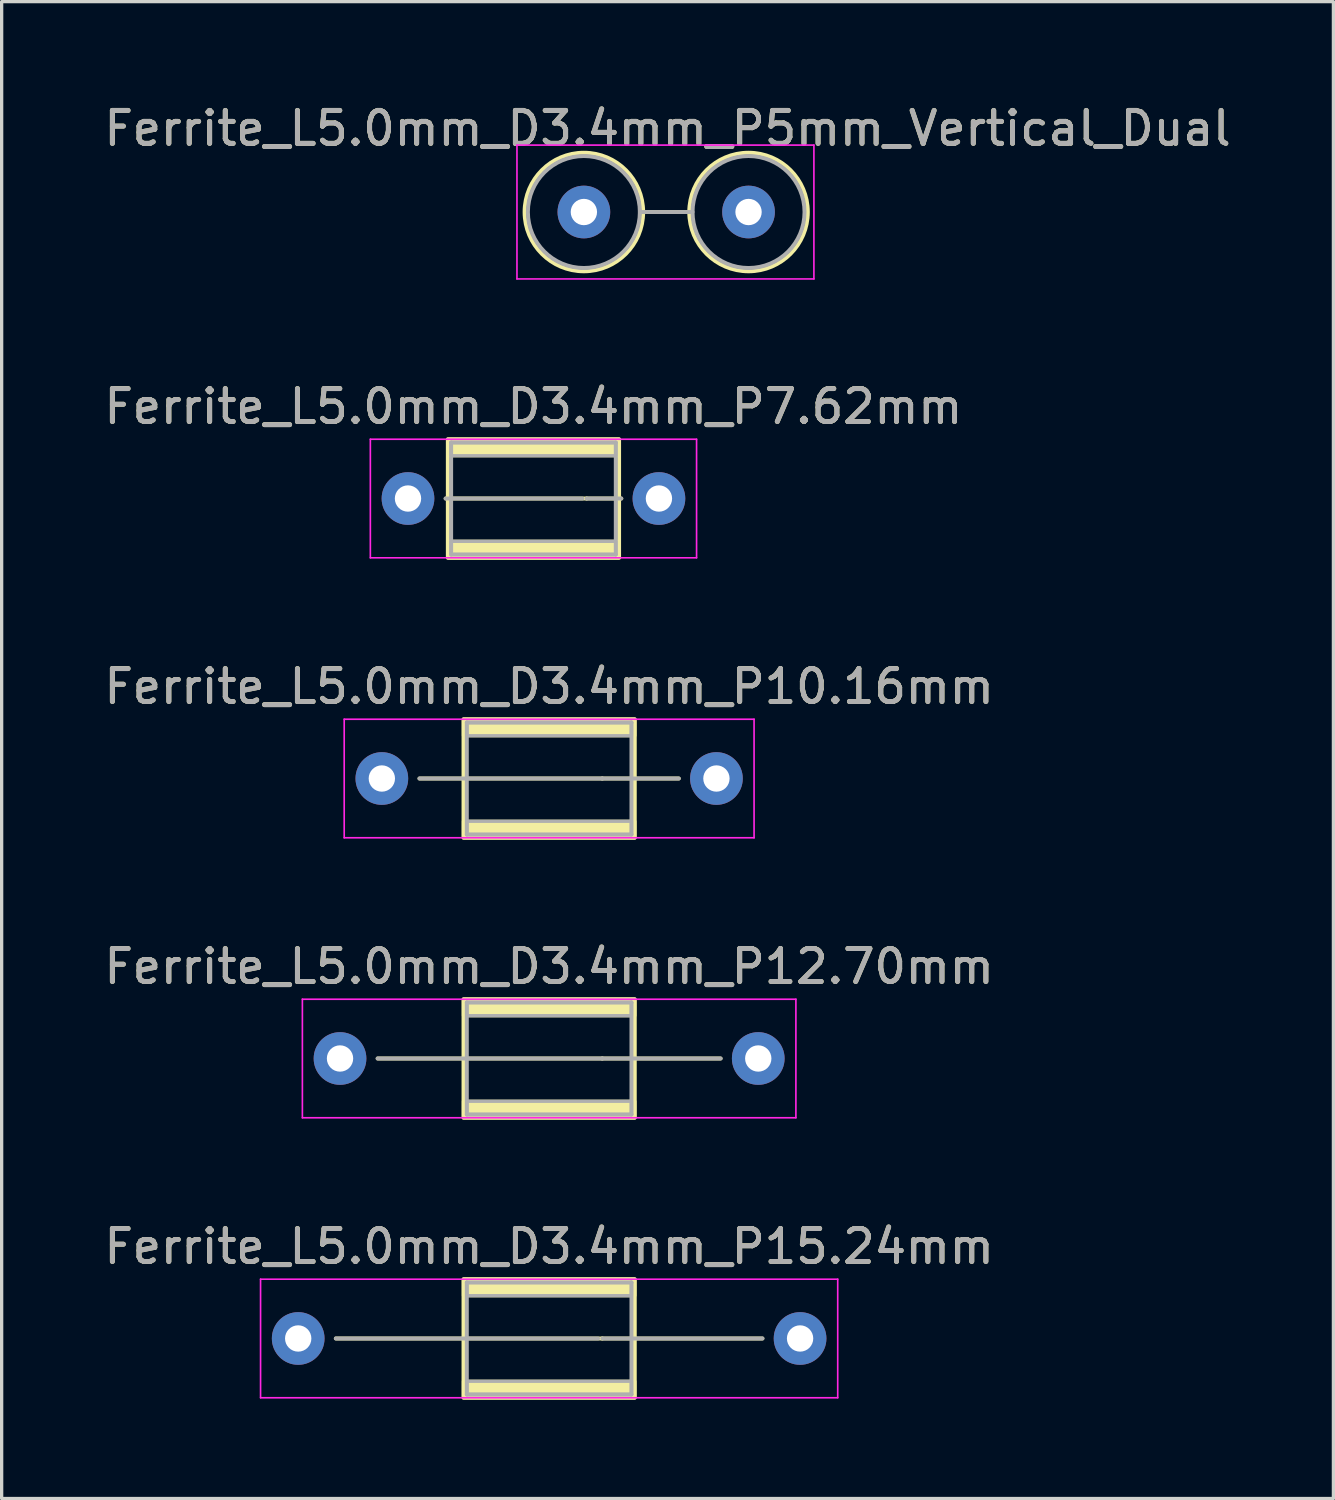
<source format=kicad_pcb>
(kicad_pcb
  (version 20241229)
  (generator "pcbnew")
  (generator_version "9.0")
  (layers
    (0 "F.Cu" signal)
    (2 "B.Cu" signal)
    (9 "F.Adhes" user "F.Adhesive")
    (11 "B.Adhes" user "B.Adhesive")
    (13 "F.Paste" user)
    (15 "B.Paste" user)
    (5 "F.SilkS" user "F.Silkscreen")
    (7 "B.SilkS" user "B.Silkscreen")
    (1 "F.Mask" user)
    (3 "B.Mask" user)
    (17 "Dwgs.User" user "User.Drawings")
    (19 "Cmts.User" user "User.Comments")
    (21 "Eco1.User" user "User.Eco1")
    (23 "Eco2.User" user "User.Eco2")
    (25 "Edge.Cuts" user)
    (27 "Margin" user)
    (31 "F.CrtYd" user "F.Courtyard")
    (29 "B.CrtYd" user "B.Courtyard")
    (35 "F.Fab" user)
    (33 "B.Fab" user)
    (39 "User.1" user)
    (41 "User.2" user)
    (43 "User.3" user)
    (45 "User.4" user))
  (footprint "Ferrite_L5.0mm_D3.4mm_P5mm_Vertical_Dual"
    (layer "F.Cu")
    (at 14.68 3.388)
    (property "Reference" "Ferrite_L5.0mm_D3.4mm_P5mm_Vertical_Dual" (at 2.54 -2.54 0) (layer "F.SilkS") (effects (font (size 1 1) (thickness 0.15))))
    (fp_line (start 1.8 0) (end 3.2 0) (stroke (width 0.12) (type solid)) (layer "F.SilkS"))
    (fp_circle (center 0 0) (end 1.8 0) (stroke (width 0.12) (type solid)) (fill no) (layer "F.SilkS"))
    (fp_circle (center 5 0) (end 6.8 0) (stroke (width 0.12) (type solid)) (fill no) (layer "F.SilkS"))
    (fp_line (start -2.032 -2.032) (end 6.985 -2.032) (stroke (width 0.05) (type solid)) (layer "F.CrtYd"))
    (fp_line (start -2.032 2.032) (end -2.032 -2.032) (stroke (width 0.05) (type solid)) (layer "F.CrtYd"))
    (fp_line (start 6.985 -2.032) (end 6.985 2.032) (stroke (width 0.05) (type solid)) (layer "F.CrtYd"))
    (fp_line (start 6.985 2.032) (end -2.032 2.032) (stroke (width 0.05) (type solid)) (layer "F.CrtYd"))
    (fp_line (start 1.7 0) (end 3.3 0) (stroke (width 0.12) (type solid)) (layer "F.Fab"))
    (fp_circle (center 0 0) (end 1.7 0) (stroke (width 0.12) (type solid)) (fill no) (layer "F.Fab"))
    (fp_circle (center 5 0) (end 6.7 0) (stroke (width 0.12) (type solid)) (fill no) (layer "F.Fab"))
    (fp_text user "${REFERENCE}" (at 2.54 -2.539 0) (layer "F.Fab") (effects (font (size 1 1) (thickness 0.15))))
    (pad "1" thru_hole circle (at 0 0) (size 1.6 1.6) (drill 0.8) (layers "*.Cu" "*.Mask"))
    (pad "2" thru_hole circle (at 5 0) (size 1.6 1.6) (drill 0.8) (layers "*.Cu" "*.Mask")))
  (footprint "Ferrite_L5.0mm_D3.4mm_P15.24mm"
    (layer "F.Cu")
    (at 6.005 37.594)
    (property "Reference" "Ferrite_L5.0mm_D3.4mm_P15.24mm" (at 7.62 -2.794 0) (layer "F.SilkS") (effects (font (size 1 1) (thickness 0.15))))
    (fp_line (start 9.234 0.000002) (end 1.143 0) (stroke (width 0.12) (type solid)) (layer "F.SilkS"))
    (fp_line (start 9.234 0.000002) (end 14.097 0) (stroke (width 0.12) (type solid)) (layer "F.SilkS"))
    (fp_rect (start 5.02 -1.8) (end 10.22 1.8) (stroke (width 0.12) (type solid)) (fill no) (layer "F.SilkS"))
    (fp_poly (pts (xy 5.02 1.3) (xy 10.22 1.3) (xy 10.22 1.8) (xy 5.02 1.8)) (stroke (width 0.1) (type solid)) (fill yes) (layer "F.SilkS"))
    (fp_poly (pts (xy 10.22 -1.3) (xy 5.02 -1.3) (xy 5.02 -1.8) (xy 10.22 -1.8)) (stroke (width 0.1) (type solid)) (fill yes) (layer "F.SilkS"))
    (fp_line (start -1.143 -1.8) (end 16.383 -1.8) (stroke (width 0.05) (type solid)) (layer "F.CrtYd"))
    (fp_line (start -1.143 1.8) (end -1.143 -1.8) (stroke (width 0.05) (type solid)) (layer "F.CrtYd"))
    (fp_line (start 16.383 -1.8) (end 16.383 1.8) (stroke (width 0.05) (type solid)) (layer "F.CrtYd"))
    (fp_line (start 16.383 1.8) (end -1.143 1.8) (stroke (width 0.05) (type solid)) (layer "F.CrtYd"))
    (fp_line (start 5.12 -1.7) (end 10.12 -1.7) (stroke (width 0.12) (type solid)) (layer "F.Fab"))
    (fp_line (start 5.12 1.7) (end 5.12 -1.7) (stroke (width 0.12) (type solid)) (layer "F.Fab"))
    (fp_line (start 9.107 0.000002) (end 1.143 0) (stroke (width 0.12) (type solid)) (layer "F.Fab"))
    (fp_line (start 9.234 0.000002) (end 14.097 0) (stroke (width 0.12) (type solid)) (layer "F.Fab"))
    (fp_line (start 10.12 -1.7) (end 10.12 1.7) (stroke (width 0.12) (type solid)) (layer "F.Fab"))
    (fp_line (start 10.12 1.7) (end 5.12 1.7) (stroke (width 0.12) (type solid)) (layer "F.Fab"))
    (fp_poly (pts (xy 5.12 1.3) (xy 10.12 1.3) (xy 10.12 1.7) (xy 5.12 1.7)) (stroke (width 0.1) (type solid)) (fill no) (layer "F.Fab"))
    (fp_poly (pts (xy 10.12 -1.3) (xy 5.12 -1.3) (xy 5.12 -1.7) (xy 10.12 -1.7)) (stroke (width 0.1) (type solid)) (fill no) (layer "F.Fab"))
    (fp_text user "${REFERENCE}" (at 7.62 -2.793 0) (layer "F.Fab") (effects (font (size 1 1) (thickness 0.15))))
    (pad "1" thru_hole circle (at 0 0) (size 1.6 1.6) (drill 0.8) (layers "*.Cu" "*.Mask"))
    (pad "2" thru_hole circle (at 15.24 0) (size 1.6 1.6) (drill 0.8) (layers "*.Cu" "*.Mask")))
  (footprint "Ferrite_L5.0mm_D3.4mm_P12.70mm"
    (layer "F.Cu")
    (at 7.275 29.092)
    (property "Reference" "Ferrite_L5.0mm_D3.4mm_P12.70mm" (at 6.35 -2.794 0) (layer "F.SilkS") (effects (font (size 1 1) (thickness 0.15))))
    (fp_line (start 7.964 0.000002) (end 1.143 0) (stroke (width 0.12) (type solid)) (layer "F.SilkS"))
    (fp_line (start 7.964 0.000002) (end 11.557 0) (stroke (width 0.12) (type solid)) (layer "F.SilkS"))
    (fp_rect (start 3.75 -1.8) (end 8.95 1.8) (stroke (width 0.12) (type solid)) (fill no) (layer "F.SilkS"))
    (fp_poly (pts (xy 3.75 1.3) (xy 8.95 1.3) (xy 8.95 1.8) (xy 3.75 1.8)) (stroke (width 0.1) (type solid)) (fill yes) (layer "F.SilkS"))
    (fp_poly (pts (xy 8.95 -1.3) (xy 3.75 -1.3) (xy 3.75 -1.8) (xy 8.95 -1.8)) (stroke (width 0.1) (type solid)) (fill yes) (layer "F.SilkS"))
    (fp_line (start -1.143 -1.8) (end 13.843 -1.8) (stroke (width 0.05) (type solid)) (layer "F.CrtYd"))
    (fp_line (start -1.143 1.8) (end -1.143 -1.8) (stroke (width 0.05) (type solid)) (layer "F.CrtYd"))
    (fp_line (start 13.843 -1.8) (end 13.843 1.8) (stroke (width 0.05) (type solid)) (layer "F.CrtYd"))
    (fp_line (start 13.843 1.8) (end -1.143 1.8) (stroke (width 0.05) (type solid)) (layer "F.CrtYd"))
    (fp_line (start 3.85 -1.7) (end 8.85 -1.7) (stroke (width 0.12) (type solid)) (layer "F.Fab"))
    (fp_line (start 3.85 1.7) (end 3.85 -1.7) (stroke (width 0.12) (type solid)) (layer "F.Fab"))
    (fp_line (start 7.964 0.000002) (end 1.143 0) (stroke (width 0.12) (type solid)) (layer "F.Fab"))
    (fp_line (start 7.964 0.000002) (end 11.557 0) (stroke (width 0.12) (type solid)) (layer "F.Fab"))
    (fp_line (start 8.85 -1.7) (end 8.85 1.7) (stroke (width 0.12) (type solid)) (layer "F.Fab"))
    (fp_line (start 8.85 1.7) (end 3.85 1.7) (stroke (width 0.12) (type solid)) (layer "F.Fab"))
    (fp_poly (pts (xy 3.85 1.3) (xy 8.85 1.3) (xy 8.85 1.7) (xy 3.85 1.7)) (stroke (width 0.1) (type solid)) (fill no) (layer "F.Fab"))
    (fp_poly (pts (xy 8.85 -1.3) (xy 3.85 -1.3) (xy 3.85 -1.7) (xy 8.85 -1.7)) (stroke (width 0.1) (type solid)) (fill no) (layer "F.Fab"))
    (fp_text user "${REFERENCE}" (at 6.35 -2.793 0) (layer "F.Fab") (effects (font (size 1 1) (thickness 0.15))))
    (pad "1" thru_hole circle (at 0 0) (size 1.6 1.6) (drill 0.8) (layers "*.Cu" "*.Mask"))
    (pad "2" thru_hole circle (at 12.7 0) (size 1.6 1.6) (drill 0.8) (layers "*.Cu" "*.Mask")))
  (footprint "Ferrite_L5.0mm_D3.4mm_P10.16mm"
    (layer "F.Cu")
    (at 8.545 20.59)
    (property "Reference" "Ferrite_L5.0mm_D3.4mm_P10.16mm" (at 5.08 -2.794 0) (layer "F.SilkS") (effects (font (size 1 1) (thickness 0.15))))
    (fp_line (start 6.694 0.000002) (end 1.143 0) (stroke (width 0.12) (type solid)) (layer "F.SilkS"))
    (fp_line (start 6.694 0.000002) (end 9.017 0) (stroke (width 0.12) (type solid)) (layer "F.SilkS"))
    (fp_rect (start 2.48 -1.8) (end 7.68 1.8) (stroke (width 0.12) (type solid)) (fill no) (layer "F.SilkS"))
    (fp_poly (pts (xy 2.48 1.3) (xy 7.68 1.3) (xy 7.68 1.8) (xy 2.48 1.8)) (stroke (width 0.1) (type solid)) (fill yes) (layer "F.SilkS"))
    (fp_poly (pts (xy 7.68 -1.3) (xy 2.48 -1.3) (xy 2.48 -1.8) (xy 7.68 -1.8)) (stroke (width 0.1) (type solid)) (fill yes) (layer "F.SilkS"))
    (fp_line (start -1.143 -1.8) (end 11.303 -1.8) (stroke (width 0.05) (type solid)) (layer "F.CrtYd"))
    (fp_line (start -1.143 1.8) (end -1.143 -1.8) (stroke (width 0.05) (type solid)) (layer "F.CrtYd"))
    (fp_line (start 11.303 -1.8) (end 11.303 1.8) (stroke (width 0.05) (type solid)) (layer "F.CrtYd"))
    (fp_line (start 11.303 1.8) (end -1.143 1.8) (stroke (width 0.05) (type solid)) (layer "F.CrtYd"))
    (fp_line (start 2.58 -1.7) (end 7.58 -1.7) (stroke (width 0.12) (type solid)) (layer "F.Fab"))
    (fp_line (start 2.58 1.7) (end 2.58 -1.7) (stroke (width 0.12) (type solid)) (layer "F.Fab"))
    (fp_line (start 6.694 0.000002) (end 1.143 0) (stroke (width 0.12) (type solid)) (layer "F.Fab"))
    (fp_line (start 6.694 0.000002) (end 9.017 0) (stroke (width 0.12) (type solid)) (layer "F.Fab"))
    (fp_line (start 7.58 -1.7) (end 7.58 1.7) (stroke (width 0.12) (type solid)) (layer "F.Fab"))
    (fp_line (start 7.58 1.7) (end 2.58 1.7) (stroke (width 0.12) (type solid)) (layer "F.Fab"))
    (fp_poly (pts (xy 2.58 1.3) (xy 7.58 1.3) (xy 7.58 1.7) (xy 2.58 1.7)) (stroke (width 0.1) (type solid)) (fill no) (layer "F.Fab"))
    (fp_poly (pts (xy 7.58 -1.3) (xy 2.58 -1.3) (xy 2.58 -1.7) (xy 7.58 -1.7)) (stroke (width 0.1) (type solid)) (fill no) (layer "F.Fab"))
    (fp_text user "${REFERENCE}" (at 5.08 -2.793 0) (layer "F.Fab") (effects (font (size 1 1) (thickness 0.15))))
    (pad "1" thru_hole circle (at 0 0) (size 1.6 1.6) (drill 0.8) (layers "*.Cu" "*.Mask"))
    (pad "2" thru_hole circle (at 10.16 0) (size 1.6 1.6) (drill 0.8) (layers "*.Cu" "*.Mask")))
  (footprint "Ferrite_L5.0mm_D3.4mm_P7.62mm"
    (layer "F.Cu")
    (at 9.339 12.088)
    (property "Reference" "Ferrite_L5.0mm_D3.4mm_P7.62mm" (at 3.81 -2.794 0) (layer "F.SilkS") (effects (font (size 1 1) (thickness 0.15))))
    (fp_line (start 5.424 0.000002) (end 1.143 0) (stroke (width 0.12) (type solid)) (layer "F.SilkS"))
    (fp_line (start 5.424 0.000002) (end 6.477 0) (stroke (width 0.12) (type solid)) (layer "F.SilkS"))
    (fp_rect (start 1.21 -1.8) (end 6.41 1.8) (stroke (width 0.12) (type solid)) (fill no) (layer "F.SilkS"))
    (fp_poly (pts (xy 1.21 1.3) (xy 6.41 1.3) (xy 6.41 1.8) (xy 1.21 1.8)) (stroke (width 0.1) (type solid)) (fill yes) (layer "F.SilkS"))
    (fp_poly (pts (xy 6.41 -1.3) (xy 1.21 -1.3) (xy 1.21 -1.8) (xy 6.41 -1.8)) (stroke (width 0.1) (type solid)) (fill yes) (layer "F.SilkS"))
    (fp_line (start -1.143 -1.8) (end 8.763 -1.8) (stroke (width 0.05) (type solid)) (layer "F.CrtYd"))
    (fp_line (start -1.143 1.8) (end -1.143 -1.8) (stroke (width 0.05) (type solid)) (layer "F.CrtYd"))
    (fp_line (start 8.763 -1.8) (end 8.763 1.8) (stroke (width 0.05) (type solid)) (layer "F.CrtYd"))
    (fp_line (start 8.763 1.8) (end -1.143 1.8) (stroke (width 0.05) (type solid)) (layer "F.CrtYd"))
    (fp_line (start 1.31 -1.7) (end 6.31 -1.7) (stroke (width 0.12) (type solid)) (layer "F.Fab"))
    (fp_line (start 1.31 1.7) (end 1.31 -1.7) (stroke (width 0.12) (type solid)) (layer "F.Fab"))
    (fp_line (start 5.297 0.000002) (end 1.143 0) (stroke (width 0.12) (type solid)) (layer "F.Fab"))
    (fp_line (start 5.424 0.000002) (end 6.477 0) (stroke (width 0.12) (type solid)) (layer "F.Fab"))
    (fp_line (start 6.31 -1.7) (end 6.31 1.7) (stroke (width 0.12) (type solid)) (layer "F.Fab"))
    (fp_line (start 6.31 1.7) (end 1.31 1.7) (stroke (width 0.12) (type solid)) (layer "F.Fab"))
    (fp_poly (pts (xy 1.31 1.3) (xy 6.31 1.3) (xy 6.31 1.7) (xy 1.31 1.7)) (stroke (width 0.1) (type solid)) (fill no) (layer "F.Fab"))
    (fp_poly (pts (xy 6.31 -1.3) (xy 1.31 -1.3) (xy 1.31 -1.7) (xy 6.31 -1.7)) (stroke (width 0.1) (type solid)) (fill no) (layer "F.Fab"))
    (fp_text user "${REFERENCE}" (at 3.81 -2.793 0) (layer "F.Fab") (effects (font (size 1 1) (thickness 0.15))))
    (pad "1" thru_hole circle (at 0 0) (size 1.6 1.6) (drill 0.8) (layers "*.Cu" "*.Mask"))
    (pad "2" thru_hole circle (at 7.62 0) (size 1.6 1.6) (drill 0.8) (layers "*.Cu" "*.Mask")))
  (gr_rect
    (start -3 -3)
    (end 37.44 42.454)
    (stroke (width 0.1) (type default))
    (fill no)
    (layer "Edge.Cuts")))
</source>
